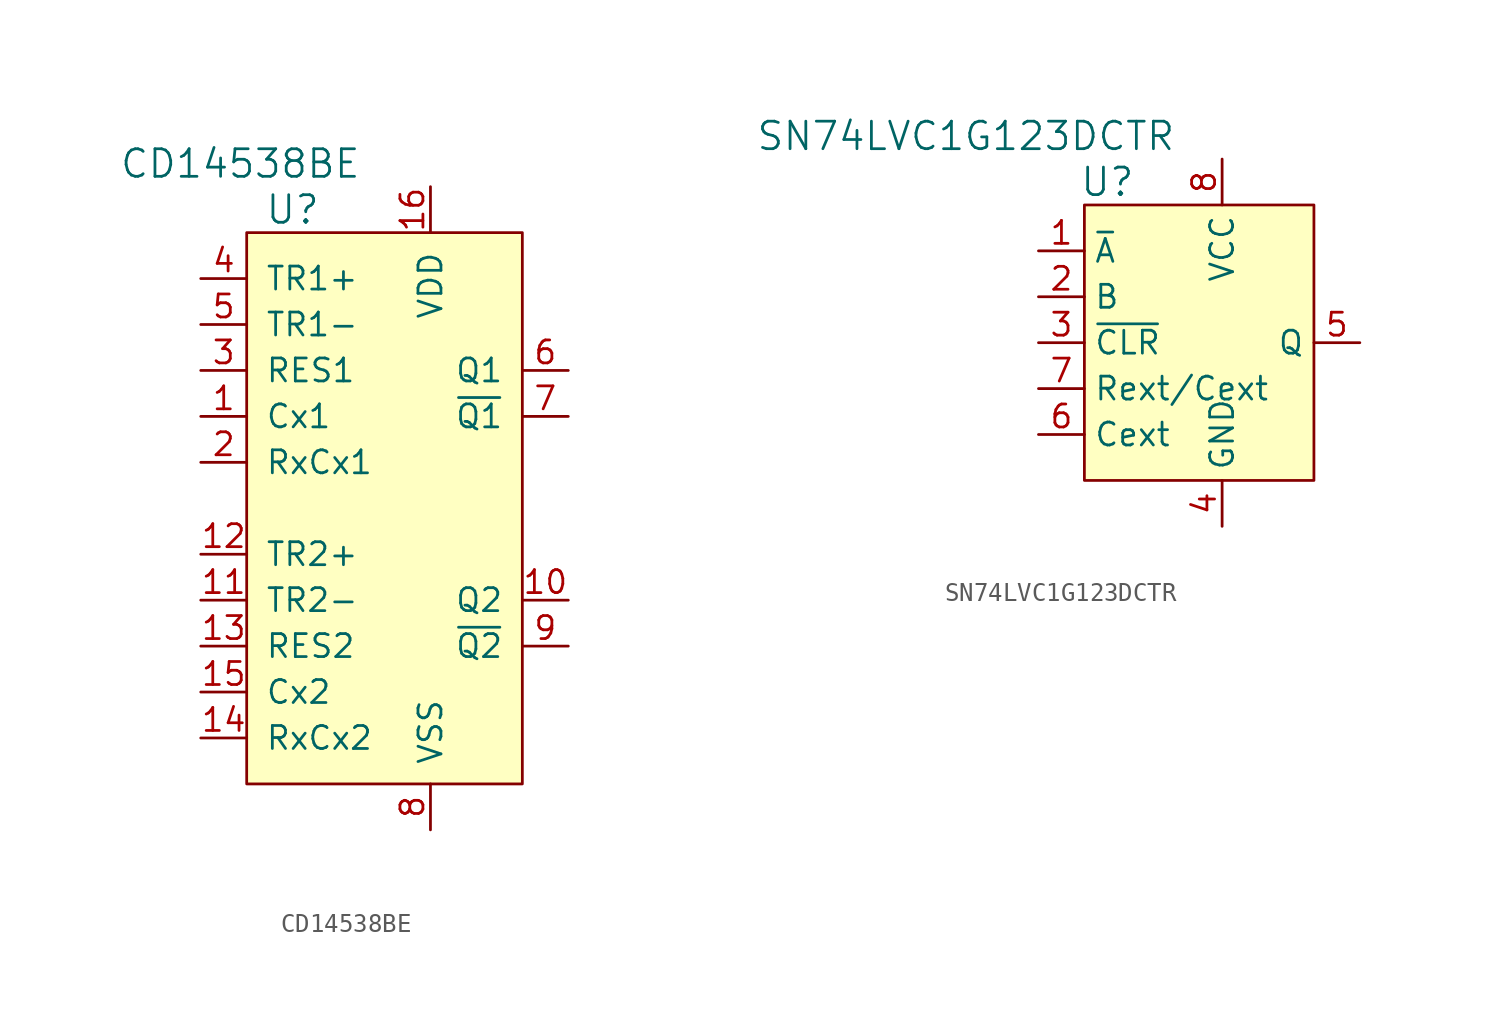
<source format=kicad_sym>
(kicad_symbol_lib
  (version 20201005)
  (generator kicad_symbol_editor)
  (symbol "CD14538BE"
    (pin_names
      (offset 1.016))
    (property "Reference" "U"
      (at -5.08 16.51 0)
      (effects (font (size 1.524 1.524))))
    (property "Value" "CD14538BE"
      (at -1.27 19.05 0)
      (effects (font (size 1.524 1.524)) (justify right)))
    (symbol "CD14538BE_0_1"
      (rectangle (start -7.62 15.24) (end 7.62 -15.24) (stroke (width 0)) (fill (type background))))
    (symbol "CD14538BE_1_1"
      (pin passive line (at -10.16 5.08 0) (length 2.54) (name "Cx1" (effects (font (size 1.27 1.27)))) (number "1" (effects (font (size 1.27 1.27)))))
      (pin input line (at -10.16 2.54 0) (length 2.54) (name "RxCx1" (effects (font (size 1.27 1.27)))) (number "2" (effects (font (size 1.27 1.27)))))
      (pin input line (at -10.16 7.62 0) (length 2.54) (name "RES1" (effects (font (size 1.27 1.27)))) (number "3" (effects (font (size 1.27 1.27)))))
      (pin input line (at -10.16 12.7 0) (length 2.54) (name "TR1+" (effects (font (size 1.27 1.27)))) (number "4" (effects (font (size 1.27 1.27)))))
      (pin input line (at -10.16 10.16 0) (length 2.54) (name "TR1-" (effects (font (size 1.27 1.27)))) (number "5" (effects (font (size 1.27 1.27)))))
      (pin output line (at 10.16 7.62 180) (length 2.54) (name "Q1" (effects (font (size 1.27 1.27)))) (number "6" (effects (font (size 1.27 1.27)))))
      (pin output line (at 10.16 5.08 180) (length 2.54) (name "~Q1" (effects (font (size 1.27 1.27)))) (number "7" (effects (font (size 1.27 1.27)))))
      (pin power_in line (at 2.54 -17.78 90) (length 2.54) (name "VSS" (effects (font (size 1.27 1.27)))) (number "8" (effects (font (size 1.27 1.27)))))
      (pin output line (at 10.16 -7.62 180) (length 2.54) (name "~Q2" (effects (font (size 1.27 1.27)))) (number "9" (effects (font (size 1.27 1.27)))))
      (pin output line (at 10.16 -5.08 180) (length 2.54) (name "Q2" (effects (font (size 1.27 1.27)))) (number "10" (effects (font (size 1.27 1.27)))))
      (pin input line (at -10.16 -5.08 0) (length 2.54) (name "TR2-" (effects (font (size 1.27 1.27)))) (number "11" (effects (font (size 1.27 1.27)))))
      (pin input line (at -10.16 -2.54 0) (length 2.54) (name "TR2+" (effects (font (size 1.27 1.27)))) (number "12" (effects (font (size 1.27 1.27)))))
      (pin input line (at -10.16 -7.62 0) (length 2.54) (name "RES2" (effects (font (size 1.27 1.27)))) (number "13" (effects (font (size 1.27 1.27)))))
      (pin input line (at -10.16 -12.7 0) (length 2.54) (name "RxCx2" (effects (font (size 1.27 1.27)))) (number "14" (effects (font (size 1.27 1.27)))))
      (pin passive line (at -10.16 -10.16 0) (length 2.54) (name "Cx2" (effects (font (size 1.27 1.27)))) (number "15" (effects (font (size 1.27 1.27)))))
      (pin power_in line (at 2.54 17.78 270) (length 2.54) (name "VDD" (effects (font (size 1.27 1.27)))) (number "16" (effects (font (size 1.27 1.27)))))))
  (symbol "SN74LVC1G123DCTR"
    (property "Reference" "U"
      (at -6.35 6.35 0)
      (effects (font (size 1.524 1.524))))
    (property "Value" "SN74LVC1G123DCTR"
      (at -2.54 8.89 0)
      (effects (font (size 1.524 1.524)) (justify right)))
    (symbol "SN74LVC1G123DCTR_0_1"
      (rectangle (start -7.62 5.08) (end 5.08 -10.16) (stroke (width 0)) (fill (type background))))
    (symbol "SN74LVC1G123DCTR_1_1"
      (pin input line (at -10.16 2.54 0) (length 2.54) (name "~A" (effects (font (size 1.27 1.27)))) (number "1" (effects (font (size 1.27 1.27)))))
      (pin input line (at -10.16 0 0) (length 2.54) (name "B" (effects (font (size 1.27 1.27)))) (number "2" (effects (font (size 1.27 1.27)))))
      (pin input line (at -10.16 -2.54 0) (length 2.54) (name "~CLR" (effects (font (size 1.27 1.27)))) (number "3" (effects (font (size 1.27 1.27)))))
      (pin power_in line (at 0 -12.7 90) (length 2.54) (name "GND" (effects (font (size 1.27 1.27)))) (number "4" (effects (font (size 1.27 1.27)))))
      (pin output line (at 7.62 -2.54 180) (length 2.54) (name "Q" (effects (font (size 1.27 1.27)))) (number "5" (effects (font (size 1.27 1.27)))))
      (pin passive line (at -10.16 -7.62 0) (length 2.54) (name "Cext" (effects (font (size 1.27 1.27)))) (number "6" (effects (font (size 1.27 1.27)))))
      (pin passive line (at -10.16 -5.08 0) (length 2.54) (name "Rext/Cext" (effects (font (size 1.27 1.27)))) (number "7" (effects (font (size 1.27 1.27)))))
      (pin power_in line (at 0 7.62 270) (length 2.54) (name "VCC" (effects (font (size 1.27 1.27)))) (number "8" (effects (font (size 1.27 1.27))))))))
</source>
